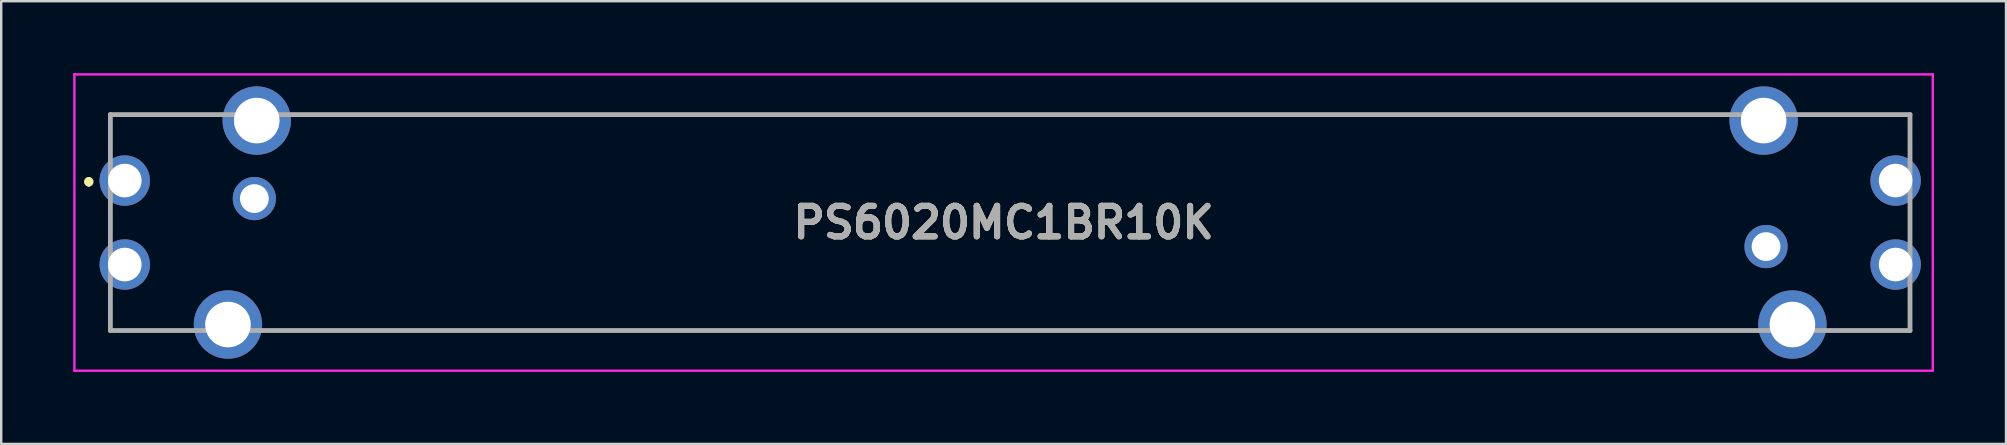
<source format=kicad_pcb>
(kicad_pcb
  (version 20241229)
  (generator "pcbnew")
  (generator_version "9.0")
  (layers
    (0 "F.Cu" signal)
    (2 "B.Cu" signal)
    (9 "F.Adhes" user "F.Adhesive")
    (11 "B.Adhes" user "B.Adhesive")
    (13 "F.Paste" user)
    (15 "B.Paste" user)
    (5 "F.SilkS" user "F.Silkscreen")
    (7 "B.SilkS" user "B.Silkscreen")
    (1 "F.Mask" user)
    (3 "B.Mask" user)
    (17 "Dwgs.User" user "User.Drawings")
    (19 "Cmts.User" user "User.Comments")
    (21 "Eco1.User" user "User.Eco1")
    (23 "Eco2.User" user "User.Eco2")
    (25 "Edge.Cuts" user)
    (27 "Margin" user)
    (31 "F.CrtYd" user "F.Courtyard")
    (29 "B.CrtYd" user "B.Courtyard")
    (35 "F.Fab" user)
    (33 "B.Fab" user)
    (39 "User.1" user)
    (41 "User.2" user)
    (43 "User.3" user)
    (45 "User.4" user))
  (footprint "PS6020MC1BR10K"
    (layer "F.Cu")
    (at 2.15 4.475)
    (property "Reference" "PS6020MC1BR10K" (at 36.625 1.75 0) (layer "F.SilkS") (effects (font (size 1.27 1.27) (thickness 0.254))))
    (attr through_hole)
    (fp_line (start -1.5 -0.05) (end -1.5 -0.05) (stroke (width 0.2) (type solid)) (layer "F.SilkS"))
    (fp_line (start -1.5 0.15) (end -1.5 0.15) (stroke (width 0.2) (type solid)) (layer "F.SilkS"))
    (fp_line (start -0.6 -2.75) (end -0.6 -1.75) (stroke (width 0.1) (type solid)) (layer "F.SilkS"))
    (fp_line (start -0.6 1.55) (end -0.6 1.95) (stroke (width 0.1) (type solid)) (layer "F.SilkS"))
    (fp_line (start -0.6 6.25) (end -0.6 5.25) (stroke (width 0.1) (type solid)) (layer "F.SilkS"))
    (fp_line (start 1.9 6.25) (end -0.6 6.25) (stroke (width 0.1) (type solid)) (layer "F.SilkS"))
    (fp_line (start 3.4 -2.75) (end -0.6 -2.75) (stroke (width 0.1) (type solid)) (layer "F.SilkS"))
    (fp_line (start 6.9 6.25) (end 66.9 6.25) (stroke (width 0.1) (type solid)) (layer "F.SilkS"))
    (fp_line (start 7.9 -2.75) (end 65.9 -2.75) (stroke (width 0.1) (type solid)) (layer "F.SilkS"))
    (fp_line (start 70.4 -2.75) (end 74.4 -2.75) (stroke (width 0.1) (type solid)) (layer "F.SilkS"))
    (fp_line (start 71.9 6.25) (end 74.4 6.25) (stroke (width 0.1) (type solid)) (layer "F.SilkS"))
    (fp_line (start 74.4 -2.75) (end 74.4 -1.75) (stroke (width 0.1) (type solid)) (layer "F.SilkS"))
    (fp_line (start 74.4 1.55) (end 74.4 1.95) (stroke (width 0.1) (type solid)) (layer "F.SilkS"))
    (fp_line (start 74.4 6.25) (end 74.4 5.25) (stroke (width 0.1) (type solid)) (layer "F.SilkS"))
    (fp_arc (start -1.5 -0.05) (mid -1.4 0.05) (end -1.5 0.15) (stroke (width 0.2) (type solid)) (layer "F.SilkS"))
    (fp_arc (start -1.5 0.15) (mid -1.6 0.05) (end -1.5 -0.05) (stroke (width 0.2) (type solid)) (layer "F.SilkS"))
    (fp_line (start -2.1 -4.425) (end 75.35 -4.425) (stroke (width 0.1) (type solid)) (layer "F.CrtYd"))
    (fp_line (start -2.1 7.925) (end -2.1 -4.425) (stroke (width 0.1) (type solid)) (layer "F.CrtYd"))
    (fp_line (start 75.35 -4.425) (end 75.35 7.925) (stroke (width 0.1) (type solid)) (layer "F.CrtYd"))
    (fp_line (start 75.35 7.925) (end -2.1 7.925) (stroke (width 0.1) (type solid)) (layer "F.CrtYd"))
    (fp_line (start -0.6 -2.75) (end 74.4 -2.75) (stroke (width 0.2) (type solid)) (layer "F.Fab"))
    (fp_line (start -0.6 6.25) (end -0.6 -2.75) (stroke (width 0.2) (type solid)) (layer "F.Fab"))
    (fp_line (start 74.4 -2.75) (end 74.4 6.25) (stroke (width 0.2) (type solid)) (layer "F.Fab"))
    (fp_line (start 74.4 6.25) (end -0.6 6.25) (stroke (width 0.2) (type solid)) (layer "F.Fab"))
    (fp_text user "${REFERENCE}" (at 36.625 1.75 0) (layer "F.Fab") (effects (font (size 1.27 1.27) (thickness 0.254))))
    (pad "A1" thru_hole circle (at 0 0) (size 2.1 2.1) (drill 1.4) (layers "*.Cu" "*.Mask"))
    (pad "A2" thru_hole circle (at 5.4 0.75) (size 1.8 1.8) (drill 1.2) (layers "*.Cu" "*.Mask"))
    (pad "A3" thru_hole circle (at 73.8 0) (size 2.1 2.1) (drill 1.4) (layers "*.Cu" "*.Mask"))
    (pad "B1" thru_hole circle (at 0 3.5) (size 2.1 2.1) (drill 1.4) (layers "*.Cu" "*.Mask"))
    (pad "B2" thru_hole circle (at 68.4 2.75) (size 1.8 1.8) (drill 1.2) (layers "*.Cu" "*.Mask"))
    (pad "B3" thru_hole circle (at 73.8 3.5) (size 2.1 2.1) (drill 1.4) (layers "*.Cu" "*.Mask"))
    (pad "MH1" thru_hole circle (at 5.5 -2.5) (size 2.85 2.85) (drill 1.9) (layers "*.Cu" "*.Mask"))
    (pad "MH2" thru_hole circle (at 68.3 -2.5) (size 2.85 2.85) (drill 1.9) (layers "*.Cu" "*.Mask"))
    (pad "MH3" thru_hole circle (at 4.3 6) (size 2.85 2.85) (drill 1.9) (layers "*.Cu" "*.Mask"))
    (pad "MH4" thru_hole circle (at 69.5 6) (size 2.85 2.85) (drill 1.9) (layers "*.Cu" "*.Mask")))
  (gr_rect
    (start -3 -3)
    (end 80.55 15.45)
    (stroke (width 0.1) (type default))
    (fill no)
    (layer "Edge.Cuts")))
</source>
